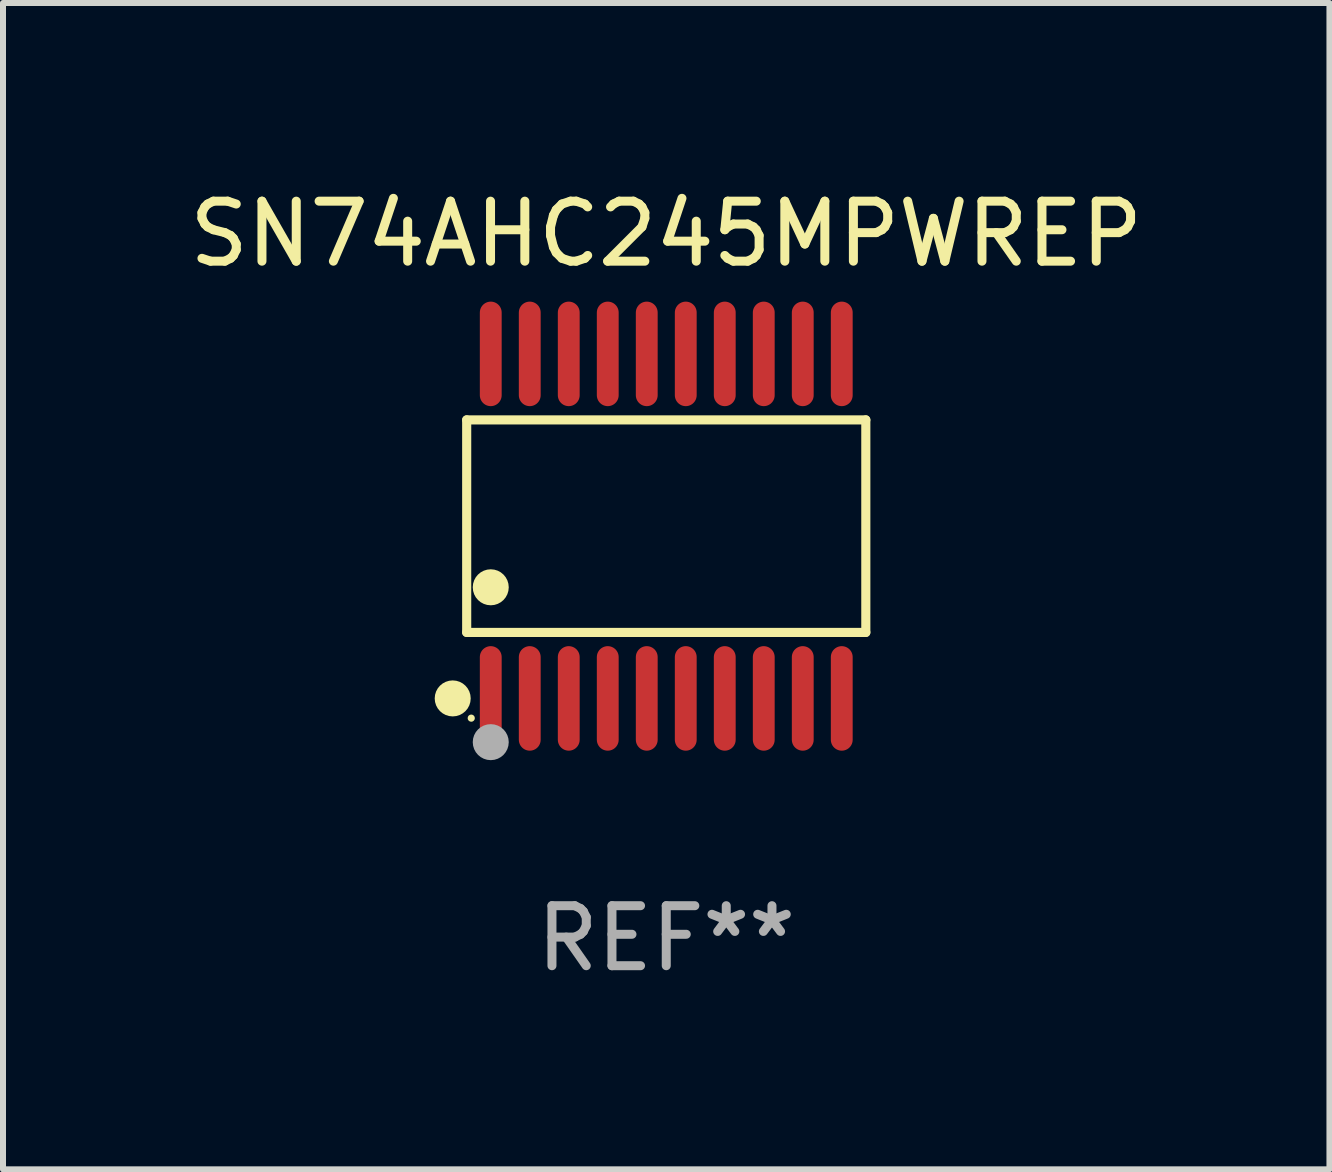
<source format=kicad_pcb>
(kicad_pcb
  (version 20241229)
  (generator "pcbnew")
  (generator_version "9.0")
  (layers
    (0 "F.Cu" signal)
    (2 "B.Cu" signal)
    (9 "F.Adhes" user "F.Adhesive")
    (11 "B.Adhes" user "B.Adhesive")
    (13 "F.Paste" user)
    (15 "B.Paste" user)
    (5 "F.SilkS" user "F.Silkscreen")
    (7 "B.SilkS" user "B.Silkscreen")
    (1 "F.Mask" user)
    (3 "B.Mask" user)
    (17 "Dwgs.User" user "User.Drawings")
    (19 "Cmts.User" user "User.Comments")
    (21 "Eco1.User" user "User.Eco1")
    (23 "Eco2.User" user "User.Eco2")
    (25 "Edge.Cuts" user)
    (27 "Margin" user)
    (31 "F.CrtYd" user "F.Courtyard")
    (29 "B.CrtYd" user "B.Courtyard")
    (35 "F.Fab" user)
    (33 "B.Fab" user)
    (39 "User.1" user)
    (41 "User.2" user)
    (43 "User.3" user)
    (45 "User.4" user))
  (footprint "SN74AHC245MPWREP"
    (layer "F.Cu")
    (at 8.054 5.719)
    (property "Reference" "SN74AHC245MPWREP" (at 0 -4.871 0) (layer "F.SilkS") (effects (font (size 1 1) (thickness 0.15))))
    (attr through_hole)
    (fp_line (start -3.326 -1.771) (end 3.326 -1.771) (stroke (width 0.152) (type solid)) (layer "F.SilkS"))
    (fp_line (start -3.326 1.771) (end -3.326 -1.771) (stroke (width 0.152) (type solid)) (layer "F.SilkS"))
    (fp_line (start 3.326 -1.771) (end 3.326 1.771) (stroke (width 0.152) (type solid)) (layer "F.SilkS"))
    (fp_line (start 3.326 1.771) (end -3.326 1.771) (stroke (width 0.152) (type solid)) (layer "F.SilkS"))
    (fp_circle (center -3.559 2.871) (end -3.409 2.871) (stroke (width 0.3) (type solid)) (fill no) (layer "F.SilkS"))
    (fp_circle (center -3.25 3.2) (end -3.22 3.2) (stroke (width 0.06) (type solid)) (fill no) (layer "F.SilkS"))
    (fp_circle (center -2.925 1.019) (end -2.775 1.019) (stroke (width 0.3) (type solid)) (fill no) (layer "F.SilkS"))
    (fp_circle (center -2.925 3.6) (end -2.775 3.6) (stroke (width 0.3) (type solid)) (fill no) (layer "F.Fab"))
    (fp_text user "REF**" (at 0 6.871 0) (layer "F.Fab") (effects (font (size 1 1) (thickness 0.15))))
    (pad "1" smd oval (at -2.925 2.871) (size 0.364 1.742) (layers "F.Cu" "F.Mask" "F.Paste"))
    (pad "2" smd oval (at -2.275 2.871) (size 0.364 1.742) (layers "F.Cu" "F.Mask" "F.Paste"))
    (pad "3" smd oval (at -1.625 2.871) (size 0.364 1.742) (layers "F.Cu" "F.Mask" "F.Paste"))
    (pad "4" smd oval (at -0.975 2.871) (size 0.364 1.742) (layers "F.Cu" "F.Mask" "F.Paste"))
    (pad "5" smd oval (at -0.325 2.871) (size 0.364 1.742) (layers "F.Cu" "F.Mask" "F.Paste"))
    (pad "6" smd oval (at 0.325 2.871) (size 0.364 1.742) (layers "F.Cu" "F.Mask" "F.Paste"))
    (pad "7" smd oval (at 0.975 2.871) (size 0.364 1.742) (layers "F.Cu" "F.Mask" "F.Paste"))
    (pad "8" smd oval (at 1.625 2.871) (size 0.364 1.742) (layers "F.Cu" "F.Mask" "F.Paste"))
    (pad "9" smd oval (at 2.275 2.871) (size 0.364 1.742) (layers "F.Cu" "F.Mask" "F.Paste"))
    (pad "10" smd oval (at 2.925 2.871) (size 0.364 1.742) (layers "F.Cu" "F.Mask" "F.Paste"))
    (pad "11" smd oval (at 2.925 -2.871) (size 0.364 1.742) (layers "F.Cu" "F.Mask" "F.Paste"))
    (pad "12" smd oval (at 2.275 -2.871) (size 0.364 1.742) (layers "F.Cu" "F.Mask" "F.Paste"))
    (pad "13" smd oval (at 1.625 -2.871) (size 0.364 1.742) (layers "F.Cu" "F.Mask" "F.Paste"))
    (pad "14" smd oval (at 0.975 -2.871) (size 0.364 1.742) (layers "F.Cu" "F.Mask" "F.Paste"))
    (pad "15" smd oval (at 0.325 -2.871) (size 0.364 1.742) (layers "F.Cu" "F.Mask" "F.Paste"))
    (pad "16" smd oval (at -0.325 -2.871) (size 0.364 1.742) (layers "F.Cu" "F.Mask" "F.Paste"))
    (pad "17" smd oval (at -0.975 -2.871) (size 0.364 1.742) (layers "F.Cu" "F.Mask" "F.Paste"))
    (pad "18" smd oval (at -1.625 -2.871) (size 0.364 1.742) (layers "F.Cu" "F.Mask" "F.Paste"))
    (pad "19" smd oval (at -2.275 -2.871) (size 0.364 1.742) (layers "F.Cu" "F.Mask" "F.Paste"))
    (pad "20" smd oval (at -2.925 -2.871) (size 0.364 1.742) (layers "F.Cu" "F.Mask" "F.Paste")))
  (gr_rect
    (start -3 -3)
    (end 19.107 16.438)
    (stroke (width 0.1) (type default))
    (fill no)
    (layer "Edge.Cuts")))
</source>
